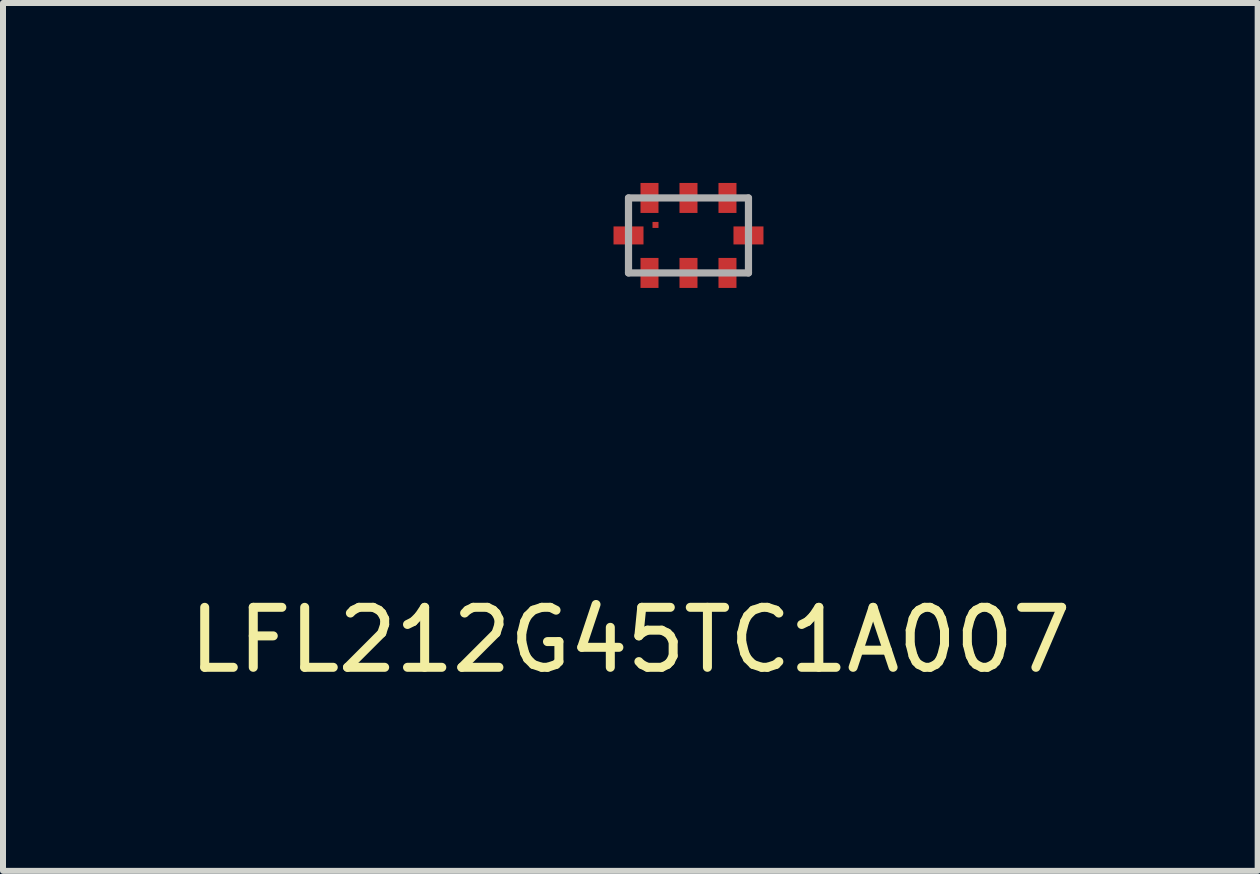
<source format=kicad_pcb>
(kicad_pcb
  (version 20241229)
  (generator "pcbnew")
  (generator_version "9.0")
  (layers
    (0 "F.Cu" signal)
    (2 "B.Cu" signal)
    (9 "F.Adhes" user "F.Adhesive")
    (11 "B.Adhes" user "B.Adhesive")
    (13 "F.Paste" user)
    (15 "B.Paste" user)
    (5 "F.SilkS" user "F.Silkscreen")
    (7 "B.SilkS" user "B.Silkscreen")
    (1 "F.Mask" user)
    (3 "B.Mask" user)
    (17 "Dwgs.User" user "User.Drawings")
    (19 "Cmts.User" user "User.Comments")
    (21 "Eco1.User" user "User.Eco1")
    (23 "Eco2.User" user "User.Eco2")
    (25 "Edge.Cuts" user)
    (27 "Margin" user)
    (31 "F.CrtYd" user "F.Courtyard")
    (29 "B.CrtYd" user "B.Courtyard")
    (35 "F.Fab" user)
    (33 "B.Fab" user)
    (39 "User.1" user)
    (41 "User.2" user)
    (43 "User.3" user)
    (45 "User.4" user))
  (footprint "LFL212G45TC1A007"
    (layer "F.Cu")
    (at 7.428 0.25)
    (property "Reference" "LFL212G45TC1A007" (at 0.03 7.37 0) (layer "F.SilkS") (effects (font (size 1 1) (thickness 0.15))))
    (attr through_hole)
    (fp_line (start 0 0) (end 0 1.25) (stroke (width 0.12) (type solid)) (layer "F.Fab"))
    (fp_line (start 0 0) (end 2 0) (stroke (width 0.12) (type solid)) (layer "F.Fab"))
    (fp_line (start 0 1.25) (end 2 1.25) (stroke (width 0.12) (type solid)) (layer "F.Fab"))
    (fp_line (start 2 0) (end 2 1.25) (stroke (width 0.12) (type solid)) (layer "F.Fab"))
    (pad "" smd rect (at 0.45 0.45 90) (size 0.1 0.1) (layers "F.Cu" "F.Mask" "F.Paste"))
    (pad "1" smd rect (at 0.35 0) (size 0.3 0.5) (layers "F.Cu" "F.Mask" "F.Paste"))
    (pad "2" smd rect (at 1 0) (size 0.3 0.5) (layers "F.Cu" "F.Mask" "F.Paste"))
    (pad "3" smd rect (at 1.65 0) (size 0.3 0.5) (layers "F.Cu" "F.Mask" "F.Paste"))
    (pad "4" smd rect (at 2 0.625 90) (size 0.3 0.5) (layers "F.Cu" "F.Mask" "F.Paste"))
    (pad "5" smd rect (at 1.65 1.25) (size 0.3 0.5) (layers "F.Cu" "F.Mask" "F.Paste"))
    (pad "6" smd rect (at 1 1.25) (size 0.3 0.5) (layers "F.Cu" "F.Mask" "F.Paste"))
    (pad "7" smd rect (at 0.35 1.25) (size 0.3 0.5) (layers "F.Cu" "F.Mask" "F.Paste"))
    (pad "8" smd rect (at 0 0.625 90) (size 0.3 0.5) (layers "F.Cu" "F.Mask" "F.Paste")))
  (gr_rect
    (start -3 -3)
    (end 17.917 11.468)
    (stroke (width 0.1) (type default))
    (fill no)
    (layer "Edge.Cuts")))
</source>
